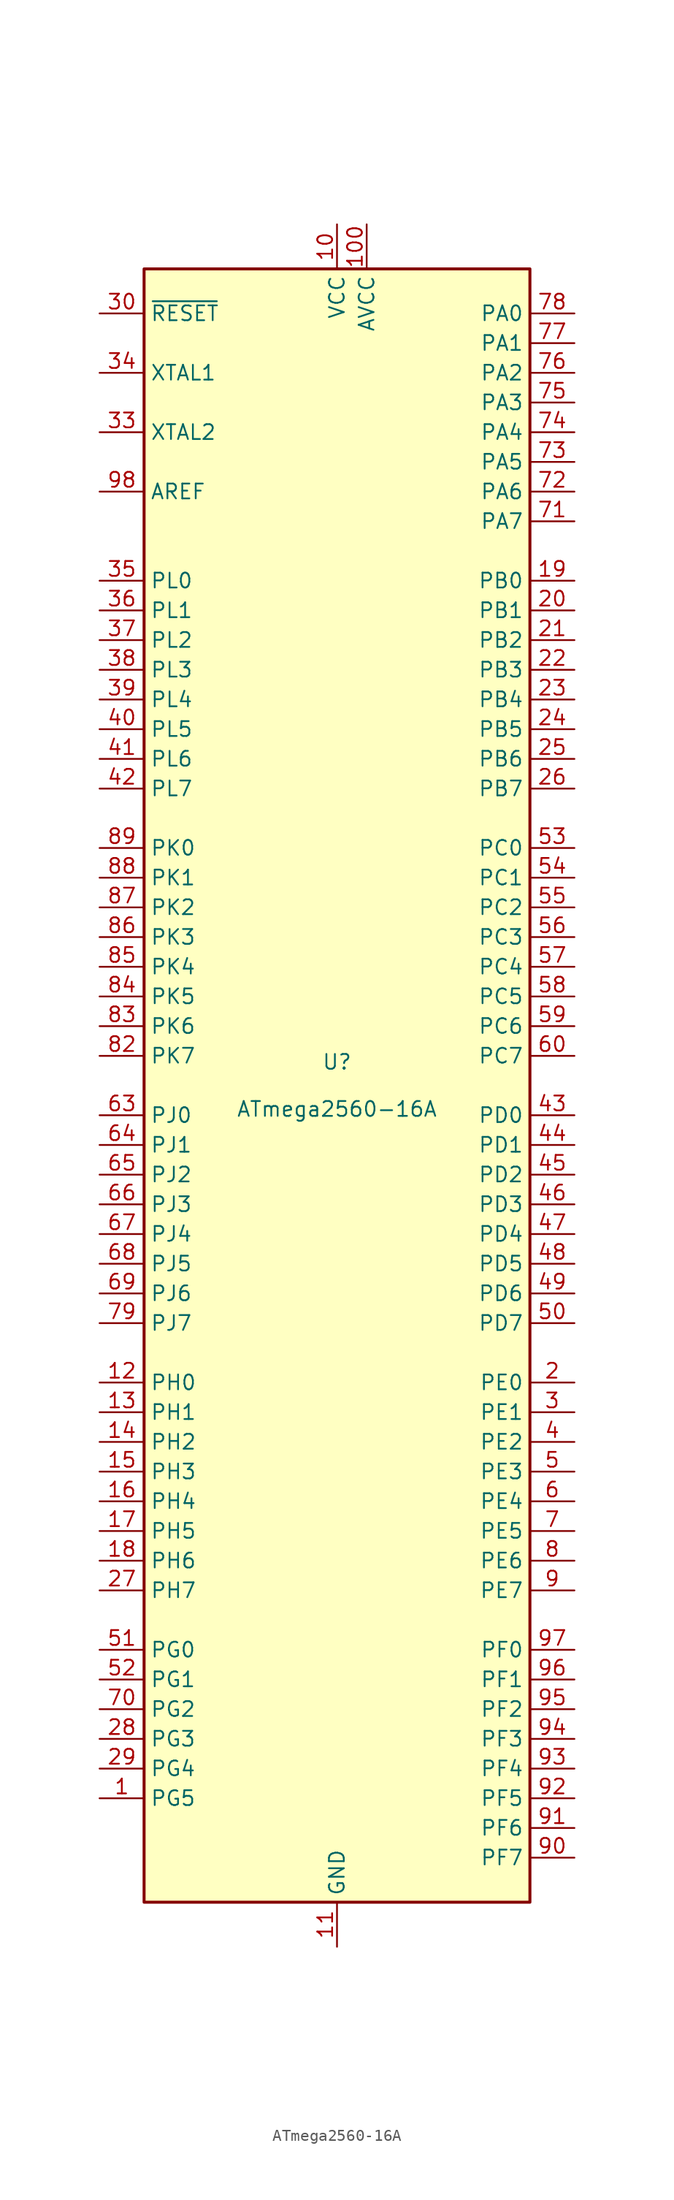
<source format=kicad_sym>
(kicad_symbol_lib
  (version 20211014)
  (generator kicad_symbol_editor)
  (symbol "ATmega2560-16A"
    (property "Reference" "U"
      (at 0 1.27 0)
      (effects (font (size 1.27 1.27)) (justify bottom)))
    (property "Value" "ATmega2560-16A"
      (at 0 -1.27 0)
      (effects (font (size 1.27 1.27)) (justify top)))
    (symbol "ATmega2560-16A_0_1"
      (rectangle (start -16.51 -69.85) (end 16.51 69.85) (stroke (width 0.254) (type default) (color 0 0 0 0)) (fill (type background))))
    (symbol "ATmega2560-16A_1_1"
      (pin bidirectional line (at -20.32 -60.96 0) (length 3.81) (name "PG5" (effects (font (size 1.27 1.27)))) (number "1" (effects (font (size 1.27 1.27)))))
      (pin power_in line (at 0 73.66 270) (length 3.81) (name "VCC" (effects (font (size 1.27 1.27)))) (number "10" (effects (font (size 1.27 1.27)))))
      (pin power_in line (at 2.54 73.66 270) (length 3.81) (name "AVCC" (effects (font (size 1.27 1.27)))) (number "100" (effects (font (size 1.27 1.27)))))
      (pin power_in line (at 0 -73.66 90) (length 3.81) (name "GND" (effects (font (size 1.27 1.27)))) (number "11" (effects (font (size 1.27 1.27)))))
      (pin bidirectional line (at -20.32 -25.4 0) (length 3.81) (name "PH0" (effects (font (size 1.27 1.27)))) (number "12" (effects (font (size 1.27 1.27)))))
      (pin bidirectional line (at -20.32 -27.94 0) (length 3.81) (name "PH1" (effects (font (size 1.27 1.27)))) (number "13" (effects (font (size 1.27 1.27)))))
      (pin bidirectional line (at -20.32 -30.48 0) (length 3.81) (name "PH2" (effects (font (size 1.27 1.27)))) (number "14" (effects (font (size 1.27 1.27)))))
      (pin bidirectional line (at -20.32 -33.02 0) (length 3.81) (name "PH3" (effects (font (size 1.27 1.27)))) (number "15" (effects (font (size 1.27 1.27)))))
      (pin bidirectional line (at -20.32 -35.56 0) (length 3.81) (name "PH4" (effects (font (size 1.27 1.27)))) (number "16" (effects (font (size 1.27 1.27)))))
      (pin bidirectional line (at -20.32 -38.1 0) (length 3.81) (name "PH5" (effects (font (size 1.27 1.27)))) (number "17" (effects (font (size 1.27 1.27)))))
      (pin bidirectional line (at -20.32 -40.64 0) (length 3.81) (name "PH6" (effects (font (size 1.27 1.27)))) (number "18" (effects (font (size 1.27 1.27)))))
      (pin bidirectional line (at 20.32 43.18 180) (length 3.81) (name "PB0" (effects (font (size 1.27 1.27)))) (number "19" (effects (font (size 1.27 1.27)))))
      (pin bidirectional line (at 20.32 -25.4 180) (length 3.81) (name "PE0" (effects (font (size 1.27 1.27)))) (number "2" (effects (font (size 1.27 1.27)))))
      (pin bidirectional line (at 20.32 40.64 180) (length 3.81) (name "PB1" (effects (font (size 1.27 1.27)))) (number "20" (effects (font (size 1.27 1.27)))))
      (pin bidirectional line (at 20.32 38.1 180) (length 3.81) (name "PB2" (effects (font (size 1.27 1.27)))) (number "21" (effects (font (size 1.27 1.27)))))
      (pin bidirectional line (at 20.32 35.56 180) (length 3.81) (name "PB3" (effects (font (size 1.27 1.27)))) (number "22" (effects (font (size 1.27 1.27)))))
      (pin bidirectional line (at 20.32 33.02 180) (length 3.81) (name "PB4" (effects (font (size 1.27 1.27)))) (number "23" (effects (font (size 1.27 1.27)))))
      (pin bidirectional line (at 20.32 30.48 180) (length 3.81) (name "PB5" (effects (font (size 1.27 1.27)))) (number "24" (effects (font (size 1.27 1.27)))))
      (pin bidirectional line (at 20.32 27.94 180) (length 3.81) (name "PB6" (effects (font (size 1.27 1.27)))) (number "25" (effects (font (size 1.27 1.27)))))
      (pin bidirectional line (at 20.32 25.4 180) (length 3.81) (name "PB7" (effects (font (size 1.27 1.27)))) (number "26" (effects (font (size 1.27 1.27)))))
      (pin bidirectional line (at -20.32 -43.18 0) (length 3.81) (name "PH7" (effects (font (size 1.27 1.27)))) (number "27" (effects (font (size 1.27 1.27)))))
      (pin bidirectional line (at -20.32 -55.88 0) (length 3.81) (name "PG3" (effects (font (size 1.27 1.27)))) (number "28" (effects (font (size 1.27 1.27)))))
      (pin bidirectional line (at -20.32 -58.42 0) (length 3.81) (name "PG4" (effects (font (size 1.27 1.27)))) (number "29" (effects (font (size 1.27 1.27)))))
      (pin bidirectional line (at 20.32 -27.94 180) (length 3.81) (name "PE1" (effects (font (size 1.27 1.27)))) (number "3" (effects (font (size 1.27 1.27)))))
      (pin input line (at -20.32 66.04 0) (length 3.81) (name "~{RESET}" (effects (font (size 1.27 1.27)))) (number "30" (effects (font (size 1.27 1.27)))))
      (pin passive line (at 0 73.66 270) (length 3.81) hide (name "VCC" (effects (font (size 1.27 1.27)))) (number "31" (effects (font (size 1.27 1.27)))))
      (pin passive line (at 0 -73.66 90) (length 3.81) hide (name "GND" (effects (font (size 1.27 1.27)))) (number "32" (effects (font (size 1.27 1.27)))))
      (pin output line (at -20.32 55.88 0) (length 3.81) (name "XTAL2" (effects (font (size 1.27 1.27)))) (number "33" (effects (font (size 1.27 1.27)))))
      (pin input line (at -20.32 60.96 0) (length 3.81) (name "XTAL1" (effects (font (size 1.27 1.27)))) (number "34" (effects (font (size 1.27 1.27)))))
      (pin bidirectional line (at -20.32 43.18 0) (length 3.81) (name "PL0" (effects (font (size 1.27 1.27)))) (number "35" (effects (font (size 1.27 1.27)))))
      (pin bidirectional line (at -20.32 40.64 0) (length 3.81) (name "PL1" (effects (font (size 1.27 1.27)))) (number "36" (effects (font (size 1.27 1.27)))))
      (pin bidirectional line (at -20.32 38.1 0) (length 3.81) (name "PL2" (effects (font (size 1.27 1.27)))) (number "37" (effects (font (size 1.27 1.27)))))
      (pin bidirectional line (at -20.32 35.56 0) (length 3.81) (name "PL3" (effects (font (size 1.27 1.27)))) (number "38" (effects (font (size 1.27 1.27)))))
      (pin bidirectional line (at -20.32 33.02 0) (length 3.81) (name "PL4" (effects (font (size 1.27 1.27)))) (number "39" (effects (font (size 1.27 1.27)))))
      (pin bidirectional line (at 20.32 -30.48 180) (length 3.81) (name "PE2" (effects (font (size 1.27 1.27)))) (number "4" (effects (font (size 1.27 1.27)))))
      (pin bidirectional line (at -20.32 30.48 0) (length 3.81) (name "PL5" (effects (font (size 1.27 1.27)))) (number "40" (effects (font (size 1.27 1.27)))))
      (pin bidirectional line (at -20.32 27.94 0) (length 3.81) (name "PL6" (effects (font (size 1.27 1.27)))) (number "41" (effects (font (size 1.27 1.27)))))
      (pin bidirectional line (at -20.32 25.4 0) (length 3.81) (name "PL7" (effects (font (size 1.27 1.27)))) (number "42" (effects (font (size 1.27 1.27)))))
      (pin bidirectional line (at 20.32 -2.54 180) (length 3.81) (name "PD0" (effects (font (size 1.27 1.27)))) (number "43" (effects (font (size 1.27 1.27)))))
      (pin bidirectional line (at 20.32 -5.08 180) (length 3.81) (name "PD1" (effects (font (size 1.27 1.27)))) (number "44" (effects (font (size 1.27 1.27)))))
      (pin bidirectional line (at 20.32 -7.62 180) (length 3.81) (name "PD2" (effects (font (size 1.27 1.27)))) (number "45" (effects (font (size 1.27 1.27)))))
      (pin bidirectional line (at 20.32 -10.16 180) (length 3.81) (name "PD3" (effects (font (size 1.27 1.27)))) (number "46" (effects (font (size 1.27 1.27)))))
      (pin bidirectional line (at 20.32 -12.7 180) (length 3.81) (name "PD4" (effects (font (size 1.27 1.27)))) (number "47" (effects (font (size 1.27 1.27)))))
      (pin bidirectional line (at 20.32 -15.24 180) (length 3.81) (name "PD5" (effects (font (size 1.27 1.27)))) (number "48" (effects (font (size 1.27 1.27)))))
      (pin bidirectional line (at 20.32 -17.78 180) (length 3.81) (name "PD6" (effects (font (size 1.27 1.27)))) (number "49" (effects (font (size 1.27 1.27)))))
      (pin bidirectional line (at 20.32 -33.02 180) (length 3.81) (name "PE3" (effects (font (size 1.27 1.27)))) (number "5" (effects (font (size 1.27 1.27)))))
      (pin bidirectional line (at 20.32 -20.32 180) (length 3.81) (name "PD7" (effects (font (size 1.27 1.27)))) (number "50" (effects (font (size 1.27 1.27)))))
      (pin bidirectional line (at -20.32 -48.26 0) (length 3.81) (name "PG0" (effects (font (size 1.27 1.27)))) (number "51" (effects (font (size 1.27 1.27)))))
      (pin bidirectional line (at -20.32 -50.8 0) (length 3.81) (name "PG1" (effects (font (size 1.27 1.27)))) (number "52" (effects (font (size 1.27 1.27)))))
      (pin bidirectional line (at 20.32 20.32 180) (length 3.81) (name "PC0" (effects (font (size 1.27 1.27)))) (number "53" (effects (font (size 1.27 1.27)))))
      (pin bidirectional line (at 20.32 17.78 180) (length 3.81) (name "PC1" (effects (font (size 1.27 1.27)))) (number "54" (effects (font (size 1.27 1.27)))))
      (pin bidirectional line (at 20.32 15.24 180) (length 3.81) (name "PC2" (effects (font (size 1.27 1.27)))) (number "55" (effects (font (size 1.27 1.27)))))
      (pin bidirectional line (at 20.32 12.7 180) (length 3.81) (name "PC3" (effects (font (size 1.27 1.27)))) (number "56" (effects (font (size 1.27 1.27)))))
      (pin bidirectional line (at 20.32 10.16 180) (length 3.81) (name "PC4" (effects (font (size 1.27 1.27)))) (number "57" (effects (font (size 1.27 1.27)))))
      (pin bidirectional line (at 20.32 7.62 180) (length 3.81) (name "PC5" (effects (font (size 1.27 1.27)))) (number "58" (effects (font (size 1.27 1.27)))))
      (pin bidirectional line (at 20.32 5.08 180) (length 3.81) (name "PC6" (effects (font (size 1.27 1.27)))) (number "59" (effects (font (size 1.27 1.27)))))
      (pin bidirectional line (at 20.32 -35.56 180) (length 3.81) (name "PE4" (effects (font (size 1.27 1.27)))) (number "6" (effects (font (size 1.27 1.27)))))
      (pin bidirectional line (at 20.32 2.54 180) (length 3.81) (name "PC7" (effects (font (size 1.27 1.27)))) (number "60" (effects (font (size 1.27 1.27)))))
      (pin passive line (at 0 73.66 270) (length 3.81) hide (name "VCC" (effects (font (size 1.27 1.27)))) (number "61" (effects (font (size 1.27 1.27)))))
      (pin passive line (at 0 -73.66 90) (length 3.81) hide (name "GND" (effects (font (size 1.27 1.27)))) (number "62" (effects (font (size 1.27 1.27)))))
      (pin bidirectional line (at -20.32 -2.54 0) (length 3.81) (name "PJ0" (effects (font (size 1.27 1.27)))) (number "63" (effects (font (size 1.27 1.27)))))
      (pin bidirectional line (at -20.32 -5.08 0) (length 3.81) (name "PJ1" (effects (font (size 1.27 1.27)))) (number "64" (effects (font (size 1.27 1.27)))))
      (pin bidirectional line (at -20.32 -7.62 0) (length 3.81) (name "PJ2" (effects (font (size 1.27 1.27)))) (number "65" (effects (font (size 1.27 1.27)))))
      (pin bidirectional line (at -20.32 -10.16 0) (length 3.81) (name "PJ3" (effects (font (size 1.27 1.27)))) (number "66" (effects (font (size 1.27 1.27)))))
      (pin bidirectional line (at -20.32 -12.7 0) (length 3.81) (name "PJ4" (effects (font (size 1.27 1.27)))) (number "67" (effects (font (size 1.27 1.27)))))
      (pin bidirectional line (at -20.32 -15.24 0) (length 3.81) (name "PJ5" (effects (font (size 1.27 1.27)))) (number "68" (effects (font (size 1.27 1.27)))))
      (pin bidirectional line (at -20.32 -17.78 0) (length 3.81) (name "PJ6" (effects (font (size 1.27 1.27)))) (number "69" (effects (font (size 1.27 1.27)))))
      (pin bidirectional line (at 20.32 -38.1 180) (length 3.81) (name "PE5" (effects (font (size 1.27 1.27)))) (number "7" (effects (font (size 1.27 1.27)))))
      (pin bidirectional line (at -20.32 -53.34 0) (length 3.81) (name "PG2" (effects (font (size 1.27 1.27)))) (number "70" (effects (font (size 1.27 1.27)))))
      (pin bidirectional line (at 20.32 48.26 180) (length 3.81) (name "PA7" (effects (font (size 1.27 1.27)))) (number "71" (effects (font (size 1.27 1.27)))))
      (pin bidirectional line (at 20.32 50.8 180) (length 3.81) (name "PA6" (effects (font (size 1.27 1.27)))) (number "72" (effects (font (size 1.27 1.27)))))
      (pin bidirectional line (at 20.32 53.34 180) (length 3.81) (name "PA5" (effects (font (size 1.27 1.27)))) (number "73" (effects (font (size 1.27 1.27)))))
      (pin bidirectional line (at 20.32 55.88 180) (length 3.81) (name "PA4" (effects (font (size 1.27 1.27)))) (number "74" (effects (font (size 1.27 1.27)))))
      (pin bidirectional line (at 20.32 58.42 180) (length 3.81) (name "PA3" (effects (font (size 1.27 1.27)))) (number "75" (effects (font (size 1.27 1.27)))))
      (pin bidirectional line (at 20.32 60.96 180) (length 3.81) (name "PA2" (effects (font (size 1.27 1.27)))) (number "76" (effects (font (size 1.27 1.27)))))
      (pin bidirectional line (at 20.32 63.5 180) (length 3.81) (name "PA1" (effects (font (size 1.27 1.27)))) (number "77" (effects (font (size 1.27 1.27)))))
      (pin bidirectional line (at 20.32 66.04 180) (length 3.81) (name "PA0" (effects (font (size 1.27 1.27)))) (number "78" (effects (font (size 1.27 1.27)))))
      (pin bidirectional line (at -20.32 -20.32 0) (length 3.81) (name "PJ7" (effects (font (size 1.27 1.27)))) (number "79" (effects (font (size 1.27 1.27)))))
      (pin bidirectional line (at 20.32 -40.64 180) (length 3.81) (name "PE6" (effects (font (size 1.27 1.27)))) (number "8" (effects (font (size 1.27 1.27)))))
      (pin passive line (at 0 73.66 270) (length 3.81) hide (name "VCC" (effects (font (size 1.27 1.27)))) (number "80" (effects (font (size 1.27 1.27)))))
      (pin passive line (at 0 -73.66 90) (length 3.81) hide (name "GND" (effects (font (size 1.27 1.27)))) (number "81" (effects (font (size 1.27 1.27)))))
      (pin bidirectional line (at -20.32 2.54 0) (length 3.81) (name "PK7" (effects (font (size 1.27 1.27)))) (number "82" (effects (font (size 1.27 1.27)))))
      (pin bidirectional line (at -20.32 5.08 0) (length 3.81) (name "PK6" (effects (font (size 1.27 1.27)))) (number "83" (effects (font (size 1.27 1.27)))))
      (pin bidirectional line (at -20.32 7.62 0) (length 3.81) (name "PK5" (effects (font (size 1.27 1.27)))) (number "84" (effects (font (size 1.27 1.27)))))
      (pin bidirectional line (at -20.32 10.16 0) (length 3.81) (name "PK4" (effects (font (size 1.27 1.27)))) (number "85" (effects (font (size 1.27 1.27)))))
      (pin bidirectional line (at -20.32 12.7 0) (length 3.81) (name "PK3" (effects (font (size 1.27 1.27)))) (number "86" (effects (font (size 1.27 1.27)))))
      (pin bidirectional line (at -20.32 15.24 0) (length 3.81) (name "PK2" (effects (font (size 1.27 1.27)))) (number "87" (effects (font (size 1.27 1.27)))))
      (pin bidirectional line (at -20.32 17.78 0) (length 3.81) (name "PK1" (effects (font (size 1.27 1.27)))) (number "88" (effects (font (size 1.27 1.27)))))
      (pin bidirectional line (at -20.32 20.32 0) (length 3.81) (name "PK0" (effects (font (size 1.27 1.27)))) (number "89" (effects (font (size 1.27 1.27)))))
      (pin bidirectional line (at 20.32 -43.18 180) (length 3.81) (name "PE7" (effects (font (size 1.27 1.27)))) (number "9" (effects (font (size 1.27 1.27)))))
      (pin bidirectional line (at 20.32 -66.04 180) (length 3.81) (name "PF7" (effects (font (size 1.27 1.27)))) (number "90" (effects (font (size 1.27 1.27)))))
      (pin bidirectional line (at 20.32 -63.5 180) (length 3.81) (name "PF6" (effects (font (size 1.27 1.27)))) (number "91" (effects (font (size 1.27 1.27)))))
      (pin bidirectional line (at 20.32 -60.96 180) (length 3.81) (name "PF5" (effects (font (size 1.27 1.27)))) (number "92" (effects (font (size 1.27 1.27)))))
      (pin bidirectional line (at 20.32 -58.42 180) (length 3.81) (name "PF4" (effects (font (size 1.27 1.27)))) (number "93" (effects (font (size 1.27 1.27)))))
      (pin bidirectional line (at 20.32 -55.88 180) (length 3.81) (name "PF3" (effects (font (size 1.27 1.27)))) (number "94" (effects (font (size 1.27 1.27)))))
      (pin bidirectional line (at 20.32 -53.34 180) (length 3.81) (name "PF2" (effects (font (size 1.27 1.27)))) (number "95" (effects (font (size 1.27 1.27)))))
      (pin bidirectional line (at 20.32 -50.8 180) (length 3.81) (name "PF1" (effects (font (size 1.27 1.27)))) (number "96" (effects (font (size 1.27 1.27)))))
      (pin bidirectional line (at 20.32 -48.26 180) (length 3.81) (name "PF0" (effects (font (size 1.27 1.27)))) (number "97" (effects (font (size 1.27 1.27)))))
      (pin passive line (at -20.32 50.8 0) (length 3.81) (name "AREF" (effects (font (size 1.27 1.27)))) (number "98" (effects (font (size 1.27 1.27)))))
      (pin passive line (at 0 -73.66 90) (length 3.81) hide (name "GND" (effects (font (size 1.27 1.27)))) (number "99" (effects (font (size 1.27 1.27))))))))
</source>
